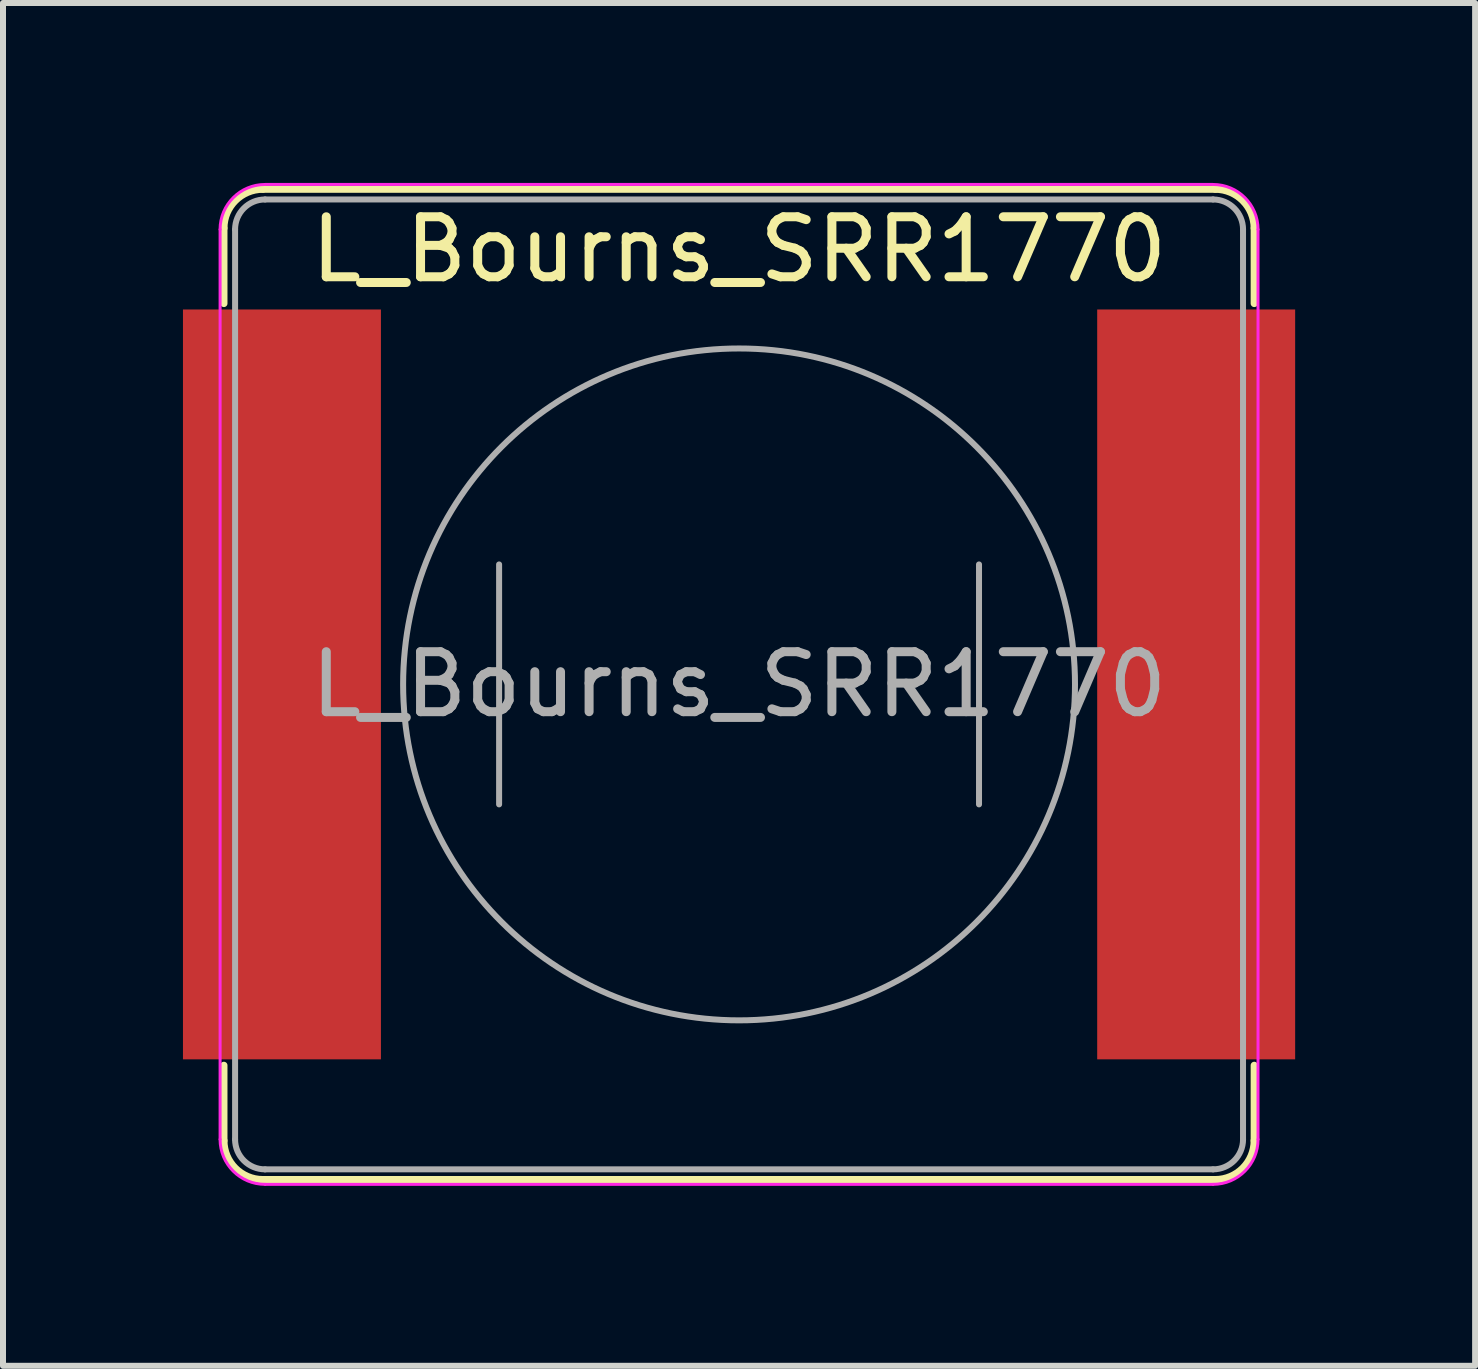
<source format=kicad_pcb>
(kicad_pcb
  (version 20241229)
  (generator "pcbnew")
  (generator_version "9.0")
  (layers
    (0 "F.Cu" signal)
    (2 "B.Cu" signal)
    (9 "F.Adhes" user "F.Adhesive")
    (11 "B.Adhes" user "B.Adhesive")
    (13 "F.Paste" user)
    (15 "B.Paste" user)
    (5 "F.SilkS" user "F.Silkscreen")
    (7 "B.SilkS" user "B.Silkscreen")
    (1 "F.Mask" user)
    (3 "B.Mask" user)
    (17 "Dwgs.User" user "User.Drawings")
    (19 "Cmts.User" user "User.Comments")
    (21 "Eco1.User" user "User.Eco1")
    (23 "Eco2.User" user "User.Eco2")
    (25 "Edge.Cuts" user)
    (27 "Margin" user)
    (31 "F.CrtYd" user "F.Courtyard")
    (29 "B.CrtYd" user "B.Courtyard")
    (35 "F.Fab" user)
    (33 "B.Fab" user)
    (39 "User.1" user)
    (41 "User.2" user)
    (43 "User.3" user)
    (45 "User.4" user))
  (footprint "L_Bourns_SRR1770"
    (layer "F.Cu")
    (at 9.27 8.359)
    (property "Reference" "L_Bourns_SRR1770" (at 0 -7.25 0) (layer "F.SilkS") (effects (font (size 1 1) (thickness 0.15))))
    (attr smd)
    (fp_line (start -8.588 -7.605) (end -8.588 -6.35) (stroke (width 0.12) (type solid)) (layer "F.SilkS"))
    (fp_line (start -8.588 6.35) (end -8.588 7.605) (stroke (width 0.12) (type solid)) (layer "F.SilkS"))
    (fp_line (start -7.938 -8.255) (end 7.938 -8.255) (stroke (width 0.12) (type solid)) (layer "F.SilkS"))
    (fp_line (start -7.938 8.255) (end 7.938 8.255) (stroke (width 0.12) (type solid)) (layer "F.SilkS"))
    (fp_line (start 8.588 -7.605) (end 8.588 -6.35) (stroke (width 0.12) (type solid)) (layer "F.SilkS"))
    (fp_line (start 8.588 6.35) (end 8.588 7.605) (stroke (width 0.12) (type solid)) (layer "F.SilkS"))
    (fp_arc (start -8.5875 -7.605) (mid -8.397119 -8.064619) (end -7.9375 -8.255) (stroke (width 0.12) (type solid)) (layer "F.SilkS"))
    (fp_arc (start -7.9375 8.255) (mid -8.397119 8.064619) (end -8.5875 7.605) (stroke (width 0.12) (type solid)) (layer "F.SilkS"))
    (fp_arc (start 7.9375 -8.255) (mid 8.397119 -8.064619) (end 8.5875 -7.605) (stroke (width 0.12) (type solid)) (layer "F.SilkS"))
    (fp_arc (start 8.5875 7.605) (mid 8.397119 8.064619) (end 7.9375 8.255) (stroke (width 0.12) (type solid)) (layer "F.SilkS"))
    (fp_line (start -8.651 7.584) (end -8.651 -7.584) (stroke (width 0.05) (type solid)) (layer "F.CrtYd"))
    (fp_line (start -7.901 -8.334) (end 7.901 -8.334) (stroke (width 0.05) (type solid)) (layer "F.CrtYd"))
    (fp_line (start 7.901 8.334) (end -7.901 8.334) (stroke (width 0.05) (type solid)) (layer "F.CrtYd"))
    (fp_line (start 8.651 -7.584) (end 8.651 7.584) (stroke (width 0.05) (type solid)) (layer "F.CrtYd"))
    (fp_arc (start -8.651447 -7.583947) (mid -8.431777 -8.114277) (end -7.901447 -8.333947) (stroke (width 0.05) (type solid)) (layer "F.CrtYd"))
    (fp_arc (start -7.901447 8.333947) (mid -8.431777 8.114277) (end -8.651447 7.583947) (stroke (width 0.05) (type solid)) (layer "F.CrtYd"))
    (fp_arc (start 7.901447 -8.333947) (mid 8.431777 -8.114277) (end 8.651447 -7.583947) (stroke (width 0.05) (type solid)) (layer "F.CrtYd"))
    (fp_arc (start 8.651447 7.583947) (mid 8.431777 8.114277) (end 7.901447 8.333947) (stroke (width 0.05) (type solid)) (layer "F.CrtYd"))
    (fp_line (start -8.401 -7.584) (end -8.401 7.584) (stroke (width 0.1) (type solid)) (layer "F.Fab"))
    (fp_line (start -7.901 -8.084) (end 7.901 -8.084) (stroke (width 0.1) (type solid)) (layer "F.Fab"))
    (fp_line (start -4 2) (end -4 -2) (stroke (width 0.1) (type solid)) (layer "F.Fab"))
    (fp_line (start 4 -2) (end 4 2) (stroke (width 0.1) (type solid)) (layer "F.Fab"))
    (fp_line (start 7.901 8.084) (end -7.901 8.084) (stroke (width 0.1) (type solid)) (layer "F.Fab"))
    (fp_line (start 8.401 -7.584) (end 8.401 7.584) (stroke (width 0.1) (type solid)) (layer "F.Fab"))
    (fp_arc (start -8.401447 -7.583947) (mid -8.255 -7.9375) (end -7.901447 -8.083947) (stroke (width 0.1) (type solid)) (layer "F.Fab"))
    (fp_arc (start -7.901447 8.083947) (mid -8.255 7.9375) (end -8.401447 7.583947) (stroke (width 0.1) (type solid)) (layer "F.Fab"))
    (fp_arc (start 7.901447 -8.083947) (mid 8.255 -7.9375) (end 8.401447 -7.583947) (stroke (width 0.1) (type solid)) (layer "F.Fab"))
    (fp_arc (start 8.401447 7.583947) (mid 8.255 7.9375) (end 7.901447 8.083947) (stroke (width 0.1) (type solid)) (layer "F.Fab"))
    (fp_circle (center 0 0) (end 0 -5.6) (stroke (width 0.1) (type solid)) (fill no) (layer "F.Fab"))
    (fp_text user "${REFERENCE}" (at 0 0 0) (layer "F.Fab") (effects (font (size 1 1) (thickness 0.15))))
    (pad "1" smd rect (at -7.62 0) (size 3.3 12.5) (layers "F.Cu" "F.Mask" "F.Paste"))
    (pad "2" smd rect (at 7.62 0) (size 3.3 12.5) (layers "F.Cu" "F.Mask" "F.Paste")))
  (gr_rect
    (start -3 -3)
    (end 21.54 19.718)
    (stroke (width 0.1) (type default))
    (fill no)
    (layer "Edge.Cuts")))
</source>
